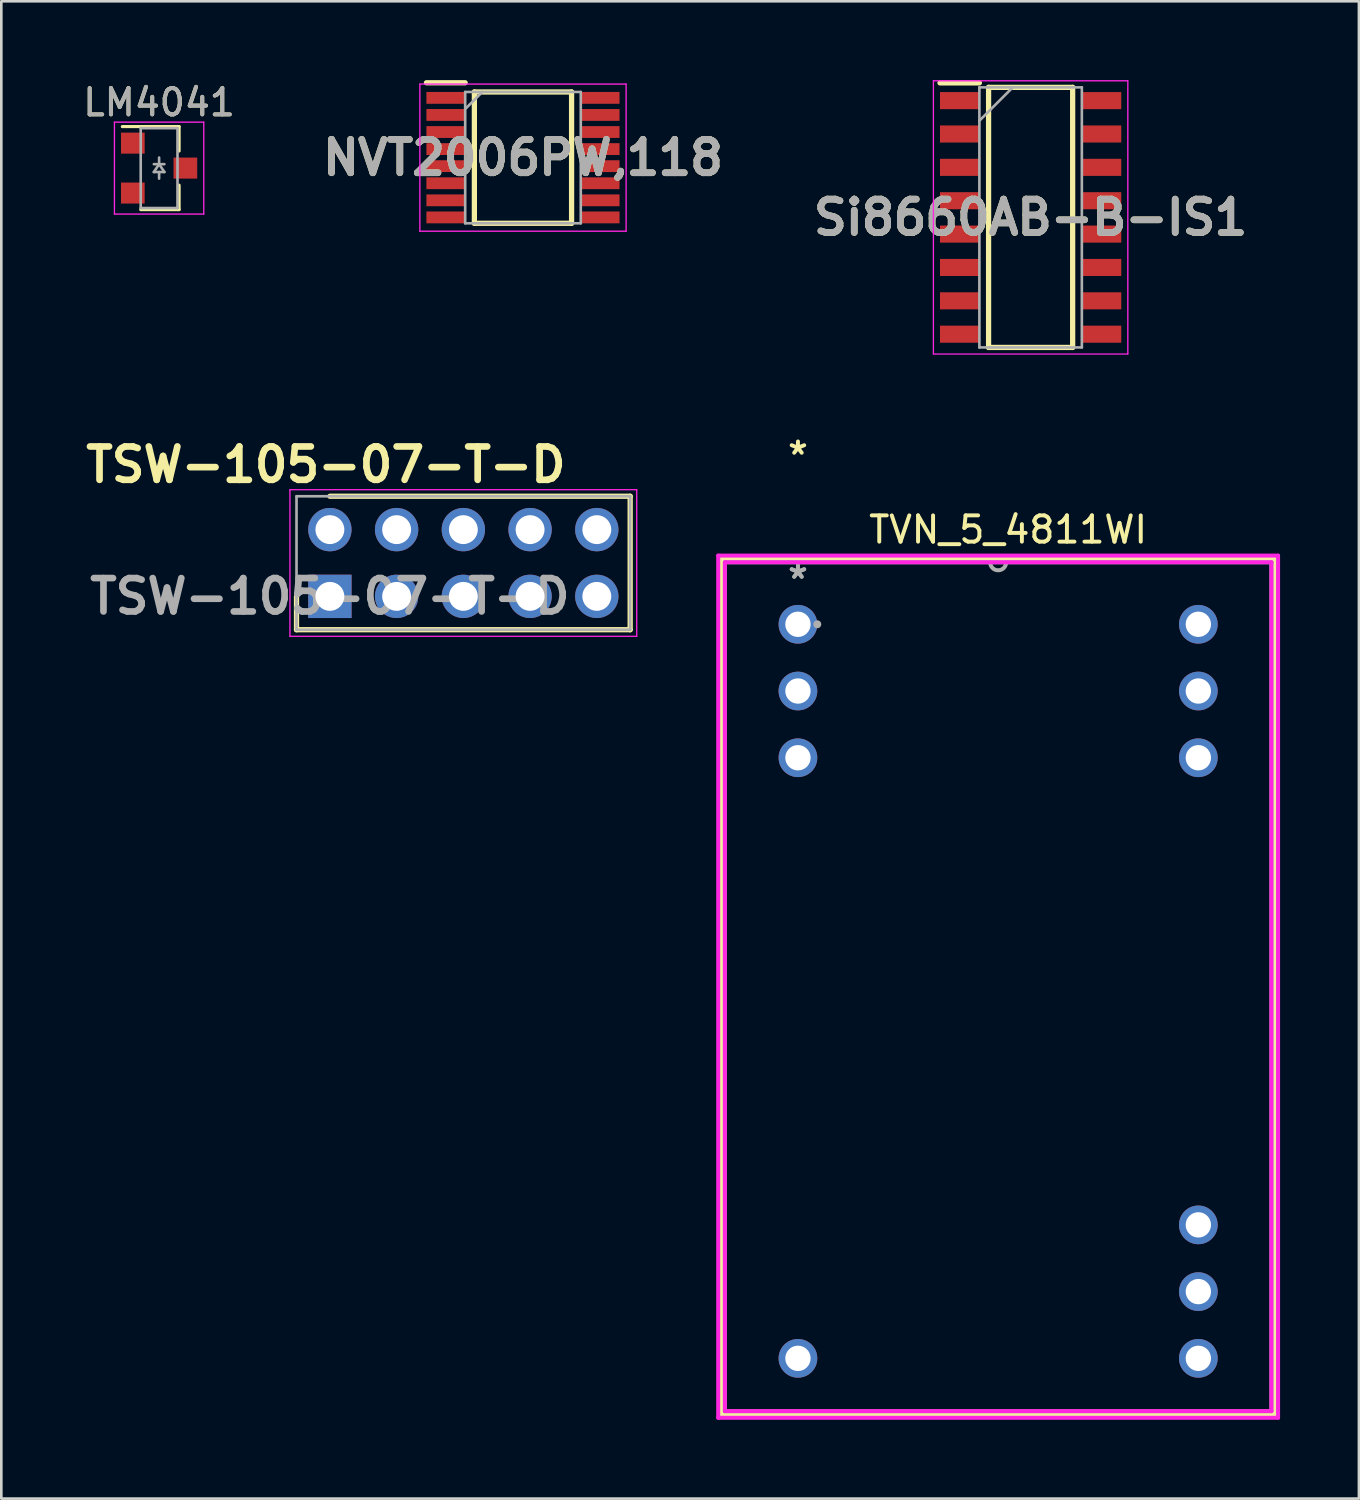
<source format=kicad_pcb>
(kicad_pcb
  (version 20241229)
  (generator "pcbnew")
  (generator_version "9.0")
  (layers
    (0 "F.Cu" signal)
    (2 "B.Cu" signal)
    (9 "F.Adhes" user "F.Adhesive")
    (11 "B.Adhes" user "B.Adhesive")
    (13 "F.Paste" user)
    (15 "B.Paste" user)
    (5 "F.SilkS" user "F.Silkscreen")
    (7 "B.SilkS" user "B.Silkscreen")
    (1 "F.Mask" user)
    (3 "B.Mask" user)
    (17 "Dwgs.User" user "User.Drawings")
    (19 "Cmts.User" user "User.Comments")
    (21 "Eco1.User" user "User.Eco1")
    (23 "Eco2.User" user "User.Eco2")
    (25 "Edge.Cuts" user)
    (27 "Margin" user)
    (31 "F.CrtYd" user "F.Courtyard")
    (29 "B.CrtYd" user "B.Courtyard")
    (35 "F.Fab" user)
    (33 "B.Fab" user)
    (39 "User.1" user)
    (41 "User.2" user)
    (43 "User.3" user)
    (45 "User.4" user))
  (footprint "TVN_5_4811WI"
    (layer "F.Cu")
    (at 27.322 20.712)
    (property "Reference" "TVN_5_4811WI" (at 8 -3.6 0) (layer "F.SilkS") (effects (font (size 1 1) (thickness 0.15))))
    (attr through_hole)
    (fp_line (start -2.908 -2.487) (end -2.908 30.076) (stroke (width 0.152) (type solid)) (layer "F.SilkS"))
    (fp_line (start -2.908 30.076) (end 18.148 30.076) (stroke (width 0.152) (type solid)) (layer "F.SilkS"))
    (fp_line (start 18.148 -2.487) (end -2.908 -2.487) (stroke (width 0.152) (type solid)) (layer "F.SilkS"))
    (fp_line (start 18.148 30.076) (end 18.148 -2.487) (stroke (width 0.152) (type solid)) (layer "F.SilkS"))
    (fp_line (start -3.035 -2.614) (end 18.275 -2.614) (stroke (width 0.152) (type solid)) (layer "F.CrtYd"))
    (fp_line (start -3.035 30.203) (end -3.035 -2.614) (stroke (width 0.152) (type solid)) (layer "F.CrtYd"))
    (fp_line (start -2.781 -2.36) (end 18.021 -2.36) (stroke (width 0.152) (type solid)) (layer "F.CrtYd"))
    (fp_line (start -2.781 29.949) (end -2.781 -2.36) (stroke (width 0.152) (type solid)) (layer "F.CrtYd"))
    (fp_line (start 18.021 -2.36) (end 18.021 29.949) (stroke (width 0.152) (type solid)) (layer "F.CrtYd"))
    (fp_line (start 18.021 29.949) (end -2.781 29.949) (stroke (width 0.152) (type solid)) (layer "F.CrtYd"))
    (fp_line (start 18.275 -2.614) (end 18.275 30.203) (stroke (width 0.152) (type solid)) (layer "F.CrtYd"))
    (fp_line (start 18.275 30.203) (end -3.035 30.203) (stroke (width 0.152) (type solid)) (layer "F.CrtYd"))
    (fp_line (start -2.781 -2.36) (end -2.781 29.949) (stroke (width 0.152) (type solid)) (layer "F.Fab"))
    (fp_line (start -2.781 29.949) (end 18.021 29.949) (stroke (width 0.152) (type solid)) (layer "F.Fab"))
    (fp_line (start 18.021 -2.36) (end -2.781 -2.36) (stroke (width 0.152) (type solid)) (layer "F.Fab"))
    (fp_line (start 18.021 29.949) (end 18.021 -2.36) (stroke (width 0.152) (type solid)) (layer "F.Fab"))
    (fp_arc (start 7.9248 -2.36) (mid 7.62 -2.0552) (end 7.3152 -2.36) (stroke (width 0.1524) (type solid)) (layer "F.Fab"))
    (fp_circle (center 0.737 0) (end 0.737 0) (stroke (width 0.152) (type solid)) (fill no) (layer "F.Fab"))
    (fp_text user "*" (at 0 -6.413 0) (layer "F.SilkS") (effects (font (size 1 1) (thickness 0.15))))
    (fp_text user "*" (at 0 -1.693 0) (layer "F.Fab") (effects (font (size 1 1) (thickness 0.15))))
    (fp_text user "*" (at 0 -1.693 0) (layer "F.Fab") (effects (font (size 1 1) (thickness 0.15))))
    (pad "1" thru_hole circle (at 0 0) (size 1.473 1.473) (drill 0.965) (layers "*.Cu" "*.Mask"))
    (pad "2" thru_hole circle (at 0 2.54) (size 1.473 1.473) (drill 0.965) (layers "*.Cu" "*.Mask"))
    (pad "3" thru_hole circle (at 0 5.08) (size 1.473 1.473) (drill 0.965) (layers "*.Cu" "*.Mask"))
    (pad "4" thru_hole circle (at 0 27.94) (size 1.473 1.473) (drill 0.965) (layers "*.Cu" "*.Mask"))
    (pad "5" thru_hole circle (at 15.24 27.94) (size 1.473 1.473) (drill 0.965) (layers "*.Cu" "*.Mask"))
    (pad "6" thru_hole circle (at 15.24 25.4) (size 1.473 1.473) (drill 0.965) (layers "*.Cu" "*.Mask"))
    (pad "7" thru_hole circle (at 15.24 22.86) (size 1.473 1.473) (drill 0.965) (layers "*.Cu" "*.Mask"))
    (pad "8" thru_hole circle (at 15.24 5.08) (size 1.473 1.473) (drill 0.965) (layers "*.Cu" "*.Mask"))
    (pad "9" thru_hole circle (at 15.24 2.54) (size 1.473 1.473) (drill 0.965) (layers "*.Cu" "*.Mask"))
    (pad "10" thru_hole circle (at 15.24 0) (size 1.473 1.473) (drill 0.965) (layers "*.Cu" "*.Mask")))
  (footprint "Si8660AB-B-IS1"
    (layer "F.Cu")
    (at 36.178 5.225)
    (property "Reference" "Si8660AB-B-IS1" (at 0 0 0) (layer "F.SilkS") (effects (font (size 1.27 1.27) (thickness 0.254))))
    (attr smd)
    (fp_line (start -3.45 -5.12) (end -1.95 -5.12) (stroke (width 0.2) (type solid)) (layer "F.SilkS"))
    (fp_line (start -1.6 -4.95) (end 1.6 -4.95) (stroke (width 0.2) (type solid)) (layer "F.SilkS"))
    (fp_line (start -1.6 4.95) (end -1.6 -4.95) (stroke (width 0.2) (type solid)) (layer "F.SilkS"))
    (fp_line (start 1.6 -4.95) (end 1.6 4.95) (stroke (width 0.2) (type solid)) (layer "F.SilkS"))
    (fp_line (start 1.6 4.95) (end -1.6 4.95) (stroke (width 0.2) (type solid)) (layer "F.SilkS"))
    (fp_line (start -3.7 -5.2) (end 3.7 -5.2) (stroke (width 0.05) (type solid)) (layer "F.CrtYd"))
    (fp_line (start -3.7 5.2) (end -3.7 -5.2) (stroke (width 0.05) (type solid)) (layer "F.CrtYd"))
    (fp_line (start 3.7 -5.2) (end 3.7 5.2) (stroke (width 0.05) (type solid)) (layer "F.CrtYd"))
    (fp_line (start 3.7 5.2) (end -3.7 5.2) (stroke (width 0.05) (type solid)) (layer "F.CrtYd"))
    (fp_line (start -1.95 -4.95) (end 1.95 -4.95) (stroke (width 0.1) (type solid)) (layer "F.Fab"))
    (fp_line (start -1.95 -3.68) (end -0.68 -4.95) (stroke (width 0.1) (type solid)) (layer "F.Fab"))
    (fp_line (start -1.95 4.95) (end -1.95 -4.95) (stroke (width 0.1) (type solid)) (layer "F.Fab"))
    (fp_line (start 1.95 -4.95) (end 1.95 4.95) (stroke (width 0.1) (type solid)) (layer "F.Fab"))
    (fp_line (start 1.95 4.95) (end -1.95 4.95) (stroke (width 0.1) (type solid)) (layer "F.Fab"))
    (fp_text user "${REFERENCE}" (at 0 0 0) (layer "F.Fab") (effects (font (size 1.27 1.27) (thickness 0.254))))
    (pad "1" smd rect (at -2.7 -4.445 90) (size 0.65 1.5) (layers "F.Cu" "F.Mask" "F.Paste"))
    (pad "2" smd rect (at -2.7 -3.175 90) (size 0.65 1.5) (layers "F.Cu" "F.Mask" "F.Paste"))
    (pad "3" smd rect (at -2.7 -1.905 90) (size 0.65 1.5) (layers "F.Cu" "F.Mask" "F.Paste"))
    (pad "4" smd rect (at -2.7 -0.635 90) (size 0.65 1.5) (layers "F.Cu" "F.Mask" "F.Paste"))
    (pad "5" smd rect (at -2.7 0.635 90) (size 0.65 1.5) (layers "F.Cu" "F.Mask" "F.Paste"))
    (pad "6" smd rect (at -2.7 1.905 90) (size 0.65 1.5) (layers "F.Cu" "F.Mask" "F.Paste"))
    (pad "7" smd rect (at -2.7 3.175 90) (size 0.65 1.5) (layers "F.Cu" "F.Mask" "F.Paste"))
    (pad "8" smd rect (at -2.7 4.445 90) (size 0.65 1.5) (layers "F.Cu" "F.Mask" "F.Paste"))
    (pad "9" smd rect (at 2.7 4.445 90) (size 0.65 1.5) (layers "F.Cu" "F.Mask" "F.Paste"))
    (pad "10" smd rect (at 2.7 3.175 90) (size 0.65 1.5) (layers "F.Cu" "F.Mask" "F.Paste"))
    (pad "11" smd rect (at 2.7 1.905 90) (size 0.65 1.5) (layers "F.Cu" "F.Mask" "F.Paste"))
    (pad "12" smd rect (at 2.7 0.635 90) (size 0.65 1.5) (layers "F.Cu" "F.Mask" "F.Paste"))
    (pad "13" smd rect (at 2.7 -0.635 90) (size 0.65 1.5) (layers "F.Cu" "F.Mask" "F.Paste"))
    (pad "14" smd rect (at 2.7 -1.905 90) (size 0.65 1.5) (layers "F.Cu" "F.Mask" "F.Paste"))
    (pad "15" smd rect (at 2.7 -3.175 90) (size 0.65 1.5) (layers "F.Cu" "F.Mask" "F.Paste"))
    (pad "16" smd rect (at 2.7 -4.445 90) (size 0.65 1.5) (layers "F.Cu" "F.Mask" "F.Paste")))
  (footprint "NVT2006PW,118"
    (layer "F.Cu")
    (at 16.856 2.95)
    (property "Reference" "NVT2006PW,118" (at 0 0 0) (layer "F.SilkS") (effects (font (size 1.27 1.27) (thickness 0.254))))
    (attr smd)
    (fp_line (start -3.675 -2.85) (end -2.2 -2.85) (stroke (width 0.2) (type solid)) (layer "F.SilkS"))
    (fp_line (start -1.85 -2.5) (end 1.85 -2.5) (stroke (width 0.2) (type solid)) (layer "F.SilkS"))
    (fp_line (start -1.85 2.5) (end -1.85 -2.5) (stroke (width 0.2) (type solid)) (layer "F.SilkS"))
    (fp_line (start 1.85 -2.5) (end 1.85 2.5) (stroke (width 0.2) (type solid)) (layer "F.SilkS"))
    (fp_line (start 1.85 2.5) (end -1.85 2.5) (stroke (width 0.2) (type solid)) (layer "F.SilkS"))
    (fp_line (start -3.925 -2.8) (end 3.925 -2.8) (stroke (width 0.05) (type solid)) (layer "F.CrtYd"))
    (fp_line (start -3.925 2.8) (end -3.925 -2.8) (stroke (width 0.05) (type solid)) (layer "F.CrtYd"))
    (fp_line (start 3.925 -2.8) (end 3.925 2.8) (stroke (width 0.05) (type solid)) (layer "F.CrtYd"))
    (fp_line (start 3.925 2.8) (end -3.925 2.8) (stroke (width 0.05) (type solid)) (layer "F.CrtYd"))
    (fp_line (start -2.2 -2.5) (end 2.2 -2.5) (stroke (width 0.1) (type solid)) (layer "F.Fab"))
    (fp_line (start -2.2 -1.85) (end -1.55 -2.5) (stroke (width 0.1) (type solid)) (layer "F.Fab"))
    (fp_line (start -2.2 2.5) (end -2.2 -2.5) (stroke (width 0.1) (type solid)) (layer "F.Fab"))
    (fp_line (start 2.2 -2.5) (end 2.2 2.5) (stroke (width 0.1) (type solid)) (layer "F.Fab"))
    (fp_line (start 2.2 2.5) (end -2.2 2.5) (stroke (width 0.1) (type solid)) (layer "F.Fab"))
    (fp_text user "${REFERENCE}" (at 0 0 0) (layer "F.Fab") (effects (font (size 1.27 1.27) (thickness 0.254))))
    (pad "1" smd rect (at -2.938 -2.275 90) (size 0.45 1.475) (layers "F.Cu" "F.Mask" "F.Paste"))
    (pad "2" smd rect (at -2.938 -1.625 90) (size 0.45 1.475) (layers "F.Cu" "F.Mask" "F.Paste"))
    (pad "3" smd rect (at -2.938 -0.975 90) (size 0.45 1.475) (layers "F.Cu" "F.Mask" "F.Paste"))
    (pad "4" smd rect (at -2.938 -0.325 90) (size 0.45 1.475) (layers "F.Cu" "F.Mask" "F.Paste"))
    (pad "5" smd rect (at -2.938 0.325 90) (size 0.45 1.475) (layers "F.Cu" "F.Mask" "F.Paste"))
    (pad "6" smd rect (at -2.938 0.975 90) (size 0.45 1.475) (layers "F.Cu" "F.Mask" "F.Paste"))
    (pad "7" smd rect (at -2.938 1.625 90) (size 0.45 1.475) (layers "F.Cu" "F.Mask" "F.Paste"))
    (pad "8" smd rect (at -2.938 2.275 90) (size 0.45 1.475) (layers "F.Cu" "F.Mask" "F.Paste"))
    (pad "9" smd rect (at 2.938 2.275 90) (size 0.45 1.475) (layers "F.Cu" "F.Mask" "F.Paste"))
    (pad "10" smd rect (at 2.938 1.625 90) (size 0.45 1.475) (layers "F.Cu" "F.Mask" "F.Paste"))
    (pad "11" smd rect (at 2.938 0.975 90) (size 0.45 1.475) (layers "F.Cu" "F.Mask" "F.Paste"))
    (pad "12" smd rect (at 2.938 0.325 90) (size 0.45 1.475) (layers "F.Cu" "F.Mask" "F.Paste"))
    (pad "13" smd rect (at 2.938 -0.325 90) (size 0.45 1.475) (layers "F.Cu" "F.Mask" "F.Paste"))
    (pad "14" smd rect (at 2.938 -0.975 90) (size 0.45 1.475) (layers "F.Cu" "F.Mask" "F.Paste"))
    (pad "15" smd rect (at 2.938 -1.625 90) (size 0.45 1.475) (layers "F.Cu" "F.Mask" "F.Paste"))
    (pad "16" smd rect (at 2.938 -2.275 90) (size 0.45 1.475) (layers "F.Cu" "F.Mask" "F.Paste")))
  (footprint "LM4041"
    (layer "F.Cu")
    (at 3.006 3.348)
    (property "Reference" "LM4041" (at 0 -2.5 0) (layer "F.SilkS") (effects (font (size 1 1) (thickness 0.15))))
    (attr smd)
    (fp_line (start 0.76 -1.58) (end -1.4 -1.58) (stroke (width 0.12) (type solid)) (layer "F.SilkS"))
    (fp_line (start 0.76 -1.58) (end 0.76 -0.65) (stroke (width 0.12) (type solid)) (layer "F.SilkS"))
    (fp_line (start 0.76 1.58) (end -0.7 1.58) (stroke (width 0.12) (type solid)) (layer "F.SilkS"))
    (fp_line (start 0.76 1.58) (end 0.76 0.65) (stroke (width 0.12) (type solid)) (layer "F.SilkS"))
    (fp_line (start -1.7 -1.75) (end 1.7 -1.75) (stroke (width 0.05) (type solid)) (layer "F.CrtYd"))
    (fp_line (start -1.7 1.75) (end -1.7 -1.75) (stroke (width 0.05) (type solid)) (layer "F.CrtYd"))
    (fp_line (start 1.7 -1.75) (end 1.7 1.75) (stroke (width 0.05) (type solid)) (layer "F.CrtYd"))
    (fp_line (start 1.7 1.75) (end -1.7 1.75) (stroke (width 0.05) (type solid)) (layer "F.CrtYd"))
    (fp_line (start -0.7 -1.52) (end -0.7 1.52) (stroke (width 0.1) (type solid)) (layer "F.Fab"))
    (fp_line (start -0.7 -1.52) (end 0.7 -1.52) (stroke (width 0.1) (type solid)) (layer "F.Fab"))
    (fp_line (start -0.7 1.52) (end 0.7 1.52) (stroke (width 0.1) (type solid)) (layer "F.Fab"))
    (fp_line (start -0.2 -0.15) (end 0.2 -0.15) (stroke (width 0.1) (type solid)) (layer "F.Fab"))
    (fp_line (start -0.2 0.15) (end 0.2 0.15) (stroke (width 0.1) (type solid)) (layer "F.Fab"))
    (fp_line (start 0 -0.15) (end -0.2 0.15) (stroke (width 0.1) (type solid)) (layer "F.Fab"))
    (fp_line (start 0 -0.15) (end 0 -0.4) (stroke (width 0.1) (type solid)) (layer "F.Fab"))
    (fp_line (start 0 0.15) (end 0 0.4) (stroke (width 0.1) (type solid)) (layer "F.Fab"))
    (fp_line (start 0.2 0.15) (end 0 -0.15) (stroke (width 0.1) (type solid)) (layer "F.Fab"))
    (fp_line (start 0.7 -1.52) (end 0.7 1.52) (stroke (width 0.1) (type solid)) (layer "F.Fab"))
    (fp_text user "${REFERENCE}" (at 0 -2.5 0) (layer "F.Fab") (effects (font (size 1 1) (thickness 0.15))))
    (pad "" smd rect (at 1 0) (size 0.9 0.8) (layers "F.Cu" "F.Mask" "F.Paste"))
    (pad "1" smd rect (at -1 -0.95) (size 0.9 0.8) (layers "F.Cu" "F.Mask" "F.Paste"))
    (pad "2" smd rect (at -1 0.95) (size 0.9 0.8) (layers "F.Cu" "F.Mask" "F.Paste")))
  (footprint "TSW-105-07-T-D"
    (layer "F.Cu")
    (at 14.586 18.379)
    (property "Reference" "TSW-105-07-T-D" (at -5.23 -3.74 0) (layer "F.SilkS") (effects (font (size 1.27 1.27) (thickness 0.254))))
    (attr through_hole)
    (fp_line (start -6.35 1.27) (end -6.35 2.54) (stroke (width 0.2) (type solid)) (layer "F.SilkS"))
    (fp_line (start -6.35 2.54) (end 6.35 2.54) (stroke (width 0.2) (type solid)) (layer "F.SilkS"))
    (fp_line (start 6.35 -2.54) (end -5.08 -2.54) (stroke (width 0.2) (type solid)) (layer "F.SilkS"))
    (fp_line (start 6.35 2.54) (end 6.35 -2.54) (stroke (width 0.2) (type solid)) (layer "F.SilkS"))
    (fp_line (start -6.6 -2.79) (end 6.6 -2.79) (stroke (width 0.05) (type solid)) (layer "F.CrtYd"))
    (fp_line (start -6.6 2.79) (end -6.6 -2.79) (stroke (width 0.05) (type solid)) (layer "F.CrtYd"))
    (fp_line (start 6.6 -2.79) (end 6.6 2.79) (stroke (width 0.05) (type solid)) (layer "F.CrtYd"))
    (fp_line (start 6.6 2.79) (end -6.6 2.79) (stroke (width 0.05) (type solid)) (layer "F.CrtYd"))
    (fp_line (start -6.35 -2.54) (end 6.35 -2.54) (stroke (width 0.1) (type solid)) (layer "F.Fab"))
    (fp_line (start -6.35 2.54) (end -6.35 -2.54) (stroke (width 0.1) (type solid)) (layer "F.Fab"))
    (fp_line (start 6.35 -2.54) (end 6.35 2.54) (stroke (width 0.1) (type solid)) (layer "F.Fab"))
    (fp_line (start 6.35 2.54) (end -6.35 2.54) (stroke (width 0.1) (type solid)) (layer "F.Fab"))
    (fp_text user "${REFERENCE}" (at -5.08 1.27 0) (layer "F.Fab") (effects (font (size 1.27 1.27) (thickness 0.254))))
    (pad "1" thru_hole rect (at -5.08 1.27) (size 1.65 1.65) (drill 1.1) (layers "*.Cu" "*.Mask"))
    (pad "2" thru_hole circle (at -5.08 -1.27) (size 1.65 1.65) (drill 1.1) (layers "*.Cu" "*.Mask"))
    (pad "3" thru_hole circle (at -2.54 1.27) (size 1.65 1.65) (drill 1.1) (layers "*.Cu" "*.Mask"))
    (pad "4" thru_hole circle (at -2.54 -1.27) (size 1.65 1.65) (drill 1.1) (layers "*.Cu" "*.Mask"))
    (pad "5" thru_hole circle (at 0 1.27) (size 1.65 1.65) (drill 1.1) (layers "*.Cu" "*.Mask"))
    (pad "6" thru_hole circle (at 0 -1.27) (size 1.65 1.65) (drill 1.1) (layers "*.Cu" "*.Mask"))
    (pad "7" thru_hole circle (at 2.54 1.27) (size 1.65 1.65) (drill 1.1) (layers "*.Cu" "*.Mask"))
    (pad "8" thru_hole circle (at 2.54 -1.27) (size 1.65 1.65) (drill 1.1) (layers "*.Cu" "*.Mask"))
    (pad "9" thru_hole circle (at 5.08 1.27) (size 1.65 1.65) (drill 1.1) (layers "*.Cu" "*.Mask"))
    (pad "10" thru_hole circle (at 5.08 -1.27) (size 1.65 1.65) (drill 1.1) (layers "*.Cu" "*.Mask")))
  (gr_rect
    (start -3 -3)
    (end 48.674 53.991)
    (stroke (width 0.1) (type default))
    (fill no)
    (layer "Edge.Cuts")))
</source>
